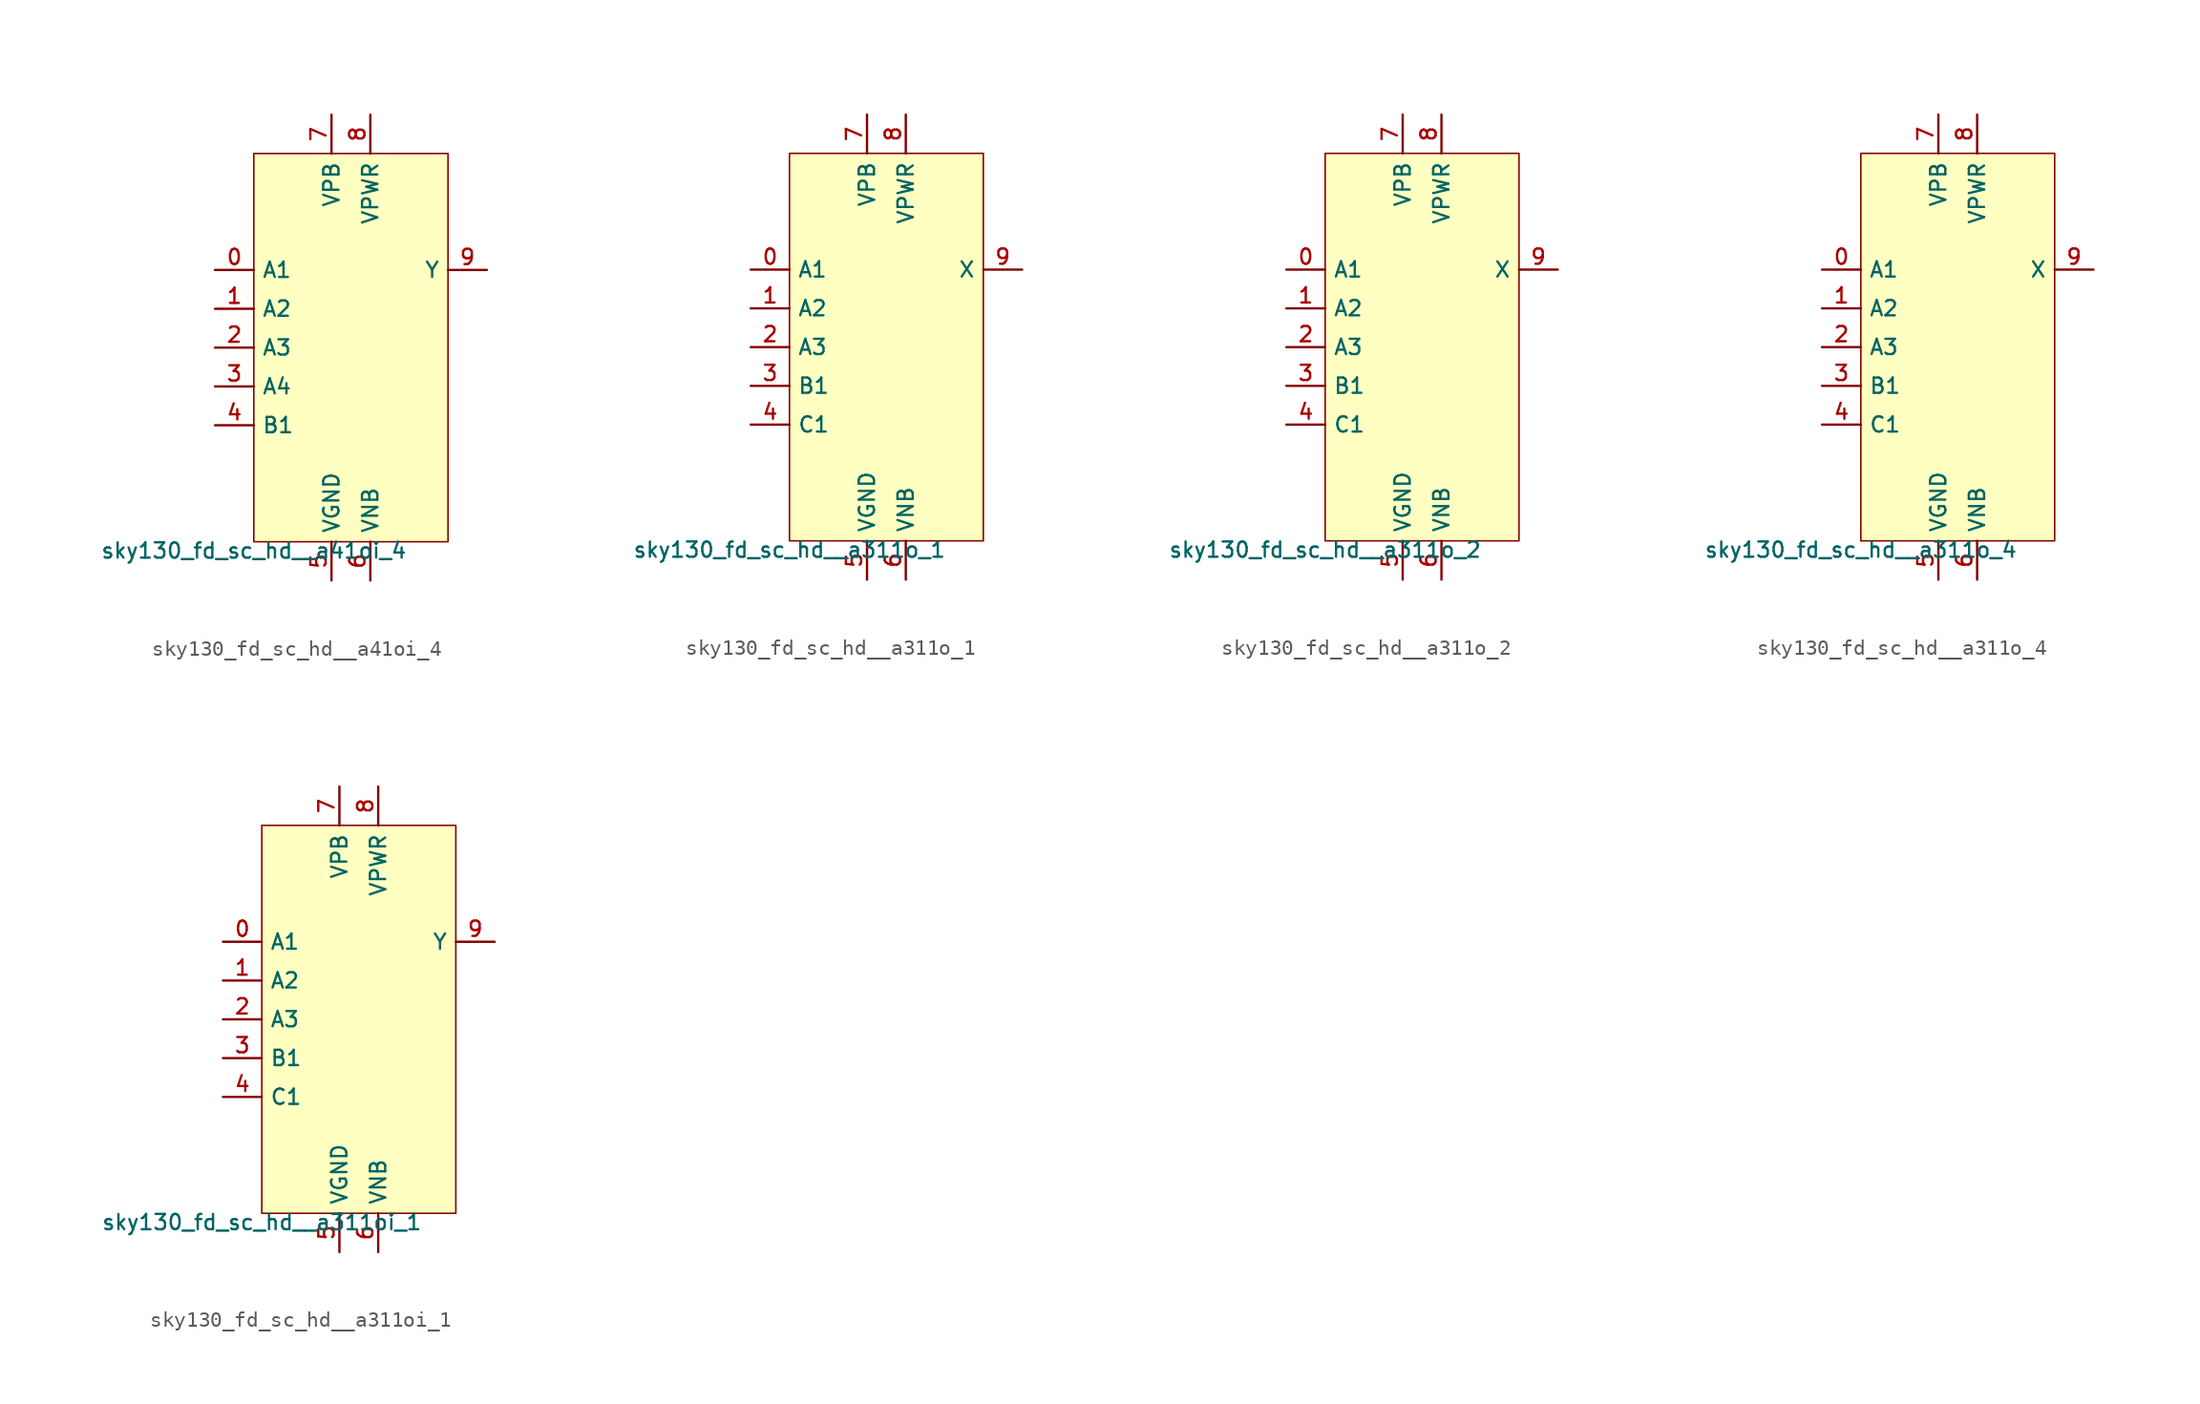
<source format=kicad_sym>
(kicad_symbol_lib
  (version 20211014)
  (generator lef2kicad_sym)
  (symbol "sky130_fd_sc_hd__a41oi_4"
    (property "Reference" "X"
      (at 0 0 0)
      (effects (font (size 1 1)) hide))
    (property "Value" "sky130_fd_sc_hd__a41oi_4"
      (at -6.35 -12.7 0)
      (effects (font (size 1 1)) (justify top)))
    (rectangle
      (start -6.35 -12.7)
      (end 6.35 12.7)
      (stroke (width 0.1) (type solid) (color 0 0 0 0))
      (fill (type background)))
    (pin input line
      (at -8.89 5.08 0)
      (length 2.54)
      (name "A1" (effects (font (size 1 1)) hide))
      (number "0" (effects (font (size 1 1)) hide)))
    (pin input line
      (at -8.89 2.54 0)
      (length 2.54)
      (name "A2" (effects (font (size 1 1)) hide))
      (number "1" (effects (font (size 1 1)) hide)))
    (pin input line
      (at -8.89 -8.881784197001252e-16 0)
      (length 2.54)
      (name "A3" (effects (font (size 1 1)) hide))
      (number "2" (effects (font (size 1 1)) hide)))
    (pin input line
      (at -8.89 -2.54 0)
      (length 2.54)
      (name "A4" (effects (font (size 1 1)) hide))
      (number "3" (effects (font (size 1 1)) hide)))
    (pin input line
      (at -8.89 -5.08 0)
      (length 2.54)
      (name "B1" (effects (font (size 1 1)) hide))
      (number "4" (effects (font (size 1 1)) hide)))
    (pin power_in line
      (at -1.27 -15.24 90)
      (length 2.54)
      (name "VGND" (effects (font (size 1 1)) hide))
      (number "5" (effects (font (size 1 1)) hide)))
    (pin power_in line
      (at 1.27 -15.24 90)
      (length 2.54)
      (name "VNB" (effects (font (size 1 1)) hide))
      (number "6" (effects (font (size 1 1)) hide)))
    (pin power_in line
      (at -1.27 15.24 270)
      (length 2.54)
      (name "VPB" (effects (font (size 1 1)) hide))
      (number "7" (effects (font (size 1 1)) hide)))
    (pin power_in line
      (at 1.27 15.24 270)
      (length 2.54)
      (name "VPWR" (effects (font (size 1 1)) hide))
      (number "8" (effects (font (size 1 1)) hide)))
    (pin output line
      (at 8.89 5.08 180)
      (length 2.54)
      (name "Y" (effects (font (size 1 1)) hide))
      (number "9" (effects (font (size 1 1)) hide))))
  (symbol "sky130_fd_sc_hd__a311o_1"
    (property "Reference" "X"
      (at 0 0 0)
      (effects (font (size 1 1)) hide))
    (property "Value" "sky130_fd_sc_hd__a311o_1"
      (at -6.35 -12.7 0)
      (effects (font (size 1 1)) (justify top)))
    (rectangle
      (start -6.35 -12.7)
      (end 6.35 12.7)
      (stroke (width 0.1) (type solid) (color 0 0 0 0))
      (fill (type background)))
    (pin input line
      (at -8.89 5.08 0)
      (length 2.54)
      (name "A1" (effects (font (size 1 1)) hide))
      (number "0" (effects (font (size 1 1)) hide)))
    (pin input line
      (at -8.89 2.54 0)
      (length 2.54)
      (name "A2" (effects (font (size 1 1)) hide))
      (number "1" (effects (font (size 1 1)) hide)))
    (pin input line
      (at -8.89 -8.881784197001252e-16 0)
      (length 2.54)
      (name "A3" (effects (font (size 1 1)) hide))
      (number "2" (effects (font (size 1 1)) hide)))
    (pin input line
      (at -8.89 -2.54 0)
      (length 2.54)
      (name "B1" (effects (font (size 1 1)) hide))
      (number "3" (effects (font (size 1 1)) hide)))
    (pin input line
      (at -8.89 -5.08 0)
      (length 2.54)
      (name "C1" (effects (font (size 1 1)) hide))
      (number "4" (effects (font (size 1 1)) hide)))
    (pin power_in line
      (at -1.27 -15.24 90)
      (length 2.54)
      (name "VGND" (effects (font (size 1 1)) hide))
      (number "5" (effects (font (size 1 1)) hide)))
    (pin power_in line
      (at 1.27 -15.24 90)
      (length 2.54)
      (name "VNB" (effects (font (size 1 1)) hide))
      (number "6" (effects (font (size 1 1)) hide)))
    (pin power_in line
      (at -1.27 15.24 270)
      (length 2.54)
      (name "VPB" (effects (font (size 1 1)) hide))
      (number "7" (effects (font (size 1 1)) hide)))
    (pin power_in line
      (at 1.27 15.24 270)
      (length 2.54)
      (name "VPWR" (effects (font (size 1 1)) hide))
      (number "8" (effects (font (size 1 1)) hide)))
    (pin output line
      (at 8.89 5.08 180)
      (length 2.54)
      (name "X" (effects (font (size 1 1)) hide))
      (number "9" (effects (font (size 1 1)) hide))))
  (symbol "sky130_fd_sc_hd__a311o_2"
    (property "Reference" "X"
      (at 0 0 0)
      (effects (font (size 1 1)) hide))
    (property "Value" "sky130_fd_sc_hd__a311o_2"
      (at -6.35 -12.7 0)
      (effects (font (size 1 1)) (justify top)))
    (rectangle
      (start -6.35 -12.7)
      (end 6.35 12.7)
      (stroke (width 0.1) (type solid) (color 0 0 0 0))
      (fill (type background)))
    (pin input line
      (at -8.89 5.08 0)
      (length 2.54)
      (name "A1" (effects (font (size 1 1)) hide))
      (number "0" (effects (font (size 1 1)) hide)))
    (pin input line
      (at -8.89 2.54 0)
      (length 2.54)
      (name "A2" (effects (font (size 1 1)) hide))
      (number "1" (effects (font (size 1 1)) hide)))
    (pin input line
      (at -8.89 -8.881784197001252e-16 0)
      (length 2.54)
      (name "A3" (effects (font (size 1 1)) hide))
      (number "2" (effects (font (size 1 1)) hide)))
    (pin input line
      (at -8.89 -2.54 0)
      (length 2.54)
      (name "B1" (effects (font (size 1 1)) hide))
      (number "3" (effects (font (size 1 1)) hide)))
    (pin input line
      (at -8.89 -5.08 0)
      (length 2.54)
      (name "C1" (effects (font (size 1 1)) hide))
      (number "4" (effects (font (size 1 1)) hide)))
    (pin power_in line
      (at -1.27 -15.24 90)
      (length 2.54)
      (name "VGND" (effects (font (size 1 1)) hide))
      (number "5" (effects (font (size 1 1)) hide)))
    (pin power_in line
      (at 1.27 -15.24 90)
      (length 2.54)
      (name "VNB" (effects (font (size 1 1)) hide))
      (number "6" (effects (font (size 1 1)) hide)))
    (pin power_in line
      (at -1.27 15.24 270)
      (length 2.54)
      (name "VPB" (effects (font (size 1 1)) hide))
      (number "7" (effects (font (size 1 1)) hide)))
    (pin power_in line
      (at 1.27 15.24 270)
      (length 2.54)
      (name "VPWR" (effects (font (size 1 1)) hide))
      (number "8" (effects (font (size 1 1)) hide)))
    (pin output line
      (at 8.89 5.08 180)
      (length 2.54)
      (name "X" (effects (font (size 1 1)) hide))
      (number "9" (effects (font (size 1 1)) hide))))
  (symbol "sky130_fd_sc_hd__a311o_4"
    (property "Reference" "X"
      (at 0 0 0)
      (effects (font (size 1 1)) hide))
    (property "Value" "sky130_fd_sc_hd__a311o_4"
      (at -6.35 -12.7 0)
      (effects (font (size 1 1)) (justify top)))
    (rectangle
      (start -6.35 -12.7)
      (end 6.35 12.7)
      (stroke (width 0.1) (type solid) (color 0 0 0 0))
      (fill (type background)))
    (pin input line
      (at -8.89 5.08 0)
      (length 2.54)
      (name "A1" (effects (font (size 1 1)) hide))
      (number "0" (effects (font (size 1 1)) hide)))
    (pin input line
      (at -8.89 2.54 0)
      (length 2.54)
      (name "A2" (effects (font (size 1 1)) hide))
      (number "1" (effects (font (size 1 1)) hide)))
    (pin input line
      (at -8.89 -8.881784197001252e-16 0)
      (length 2.54)
      (name "A3" (effects (font (size 1 1)) hide))
      (number "2" (effects (font (size 1 1)) hide)))
    (pin input line
      (at -8.89 -2.54 0)
      (length 2.54)
      (name "B1" (effects (font (size 1 1)) hide))
      (number "3" (effects (font (size 1 1)) hide)))
    (pin input line
      (at -8.89 -5.08 0)
      (length 2.54)
      (name "C1" (effects (font (size 1 1)) hide))
      (number "4" (effects (font (size 1 1)) hide)))
    (pin power_in line
      (at -1.27 -15.24 90)
      (length 2.54)
      (name "VGND" (effects (font (size 1 1)) hide))
      (number "5" (effects (font (size 1 1)) hide)))
    (pin power_in line
      (at 1.27 -15.24 90)
      (length 2.54)
      (name "VNB" (effects (font (size 1 1)) hide))
      (number "6" (effects (font (size 1 1)) hide)))
    (pin power_in line
      (at -1.27 15.24 270)
      (length 2.54)
      (name "VPB" (effects (font (size 1 1)) hide))
      (number "7" (effects (font (size 1 1)) hide)))
    (pin power_in line
      (at 1.27 15.24 270)
      (length 2.54)
      (name "VPWR" (effects (font (size 1 1)) hide))
      (number "8" (effects (font (size 1 1)) hide)))
    (pin output line
      (at 8.89 5.08 180)
      (length 2.54)
      (name "X" (effects (font (size 1 1)) hide))
      (number "9" (effects (font (size 1 1)) hide))))
  (symbol "sky130_fd_sc_hd__a311oi_1"
    (property "Reference" "X"
      (at 0 0 0)
      (effects (font (size 1 1)) hide))
    (property "Value" "sky130_fd_sc_hd__a311oi_1"
      (at -6.35 -12.7 0)
      (effects (font (size 1 1)) (justify top)))
    (rectangle
      (start -6.35 -12.7)
      (end 6.35 12.7)
      (stroke (width 0.1) (type solid) (color 0 0 0 0))
      (fill (type background)))
    (pin input line
      (at -8.89 5.08 0)
      (length 2.54)
      (name "A1" (effects (font (size 1 1)) hide))
      (number "0" (effects (font (size 1 1)) hide)))
    (pin input line
      (at -8.89 2.54 0)
      (length 2.54)
      (name "A2" (effects (font (size 1 1)) hide))
      (number "1" (effects (font (size 1 1)) hide)))
    (pin input line
      (at -8.89 -8.881784197001252e-16 0)
      (length 2.54)
      (name "A3" (effects (font (size 1 1)) hide))
      (number "2" (effects (font (size 1 1)) hide)))
    (pin input line
      (at -8.89 -2.54 0)
      (length 2.54)
      (name "B1" (effects (font (size 1 1)) hide))
      (number "3" (effects (font (size 1 1)) hide)))
    (pin input line
      (at -8.89 -5.08 0)
      (length 2.54)
      (name "C1" (effects (font (size 1 1)) hide))
      (number "4" (effects (font (size 1 1)) hide)))
    (pin power_in line
      (at -1.27 -15.24 90)
      (length 2.54)
      (name "VGND" (effects (font (size 1 1)) hide))
      (number "5" (effects (font (size 1 1)) hide)))
    (pin power_in line
      (at 1.27 -15.24 90)
      (length 2.54)
      (name "VNB" (effects (font (size 1 1)) hide))
      (number "6" (effects (font (size 1 1)) hide)))
    (pin power_in line
      (at -1.27 15.24 270)
      (length 2.54)
      (name "VPB" (effects (font (size 1 1)) hide))
      (number "7" (effects (font (size 1 1)) hide)))
    (pin power_in line
      (at 1.27 15.24 270)
      (length 2.54)
      (name "VPWR" (effects (font (size 1 1)) hide))
      (number "8" (effects (font (size 1 1)) hide)))
    (pin output line
      (at 8.89 5.08 180)
      (length 2.54)
      (name "Y" (effects (font (size 1 1)) hide))
      (number "9" (effects (font (size 1 1)) hide)))))
</source>
